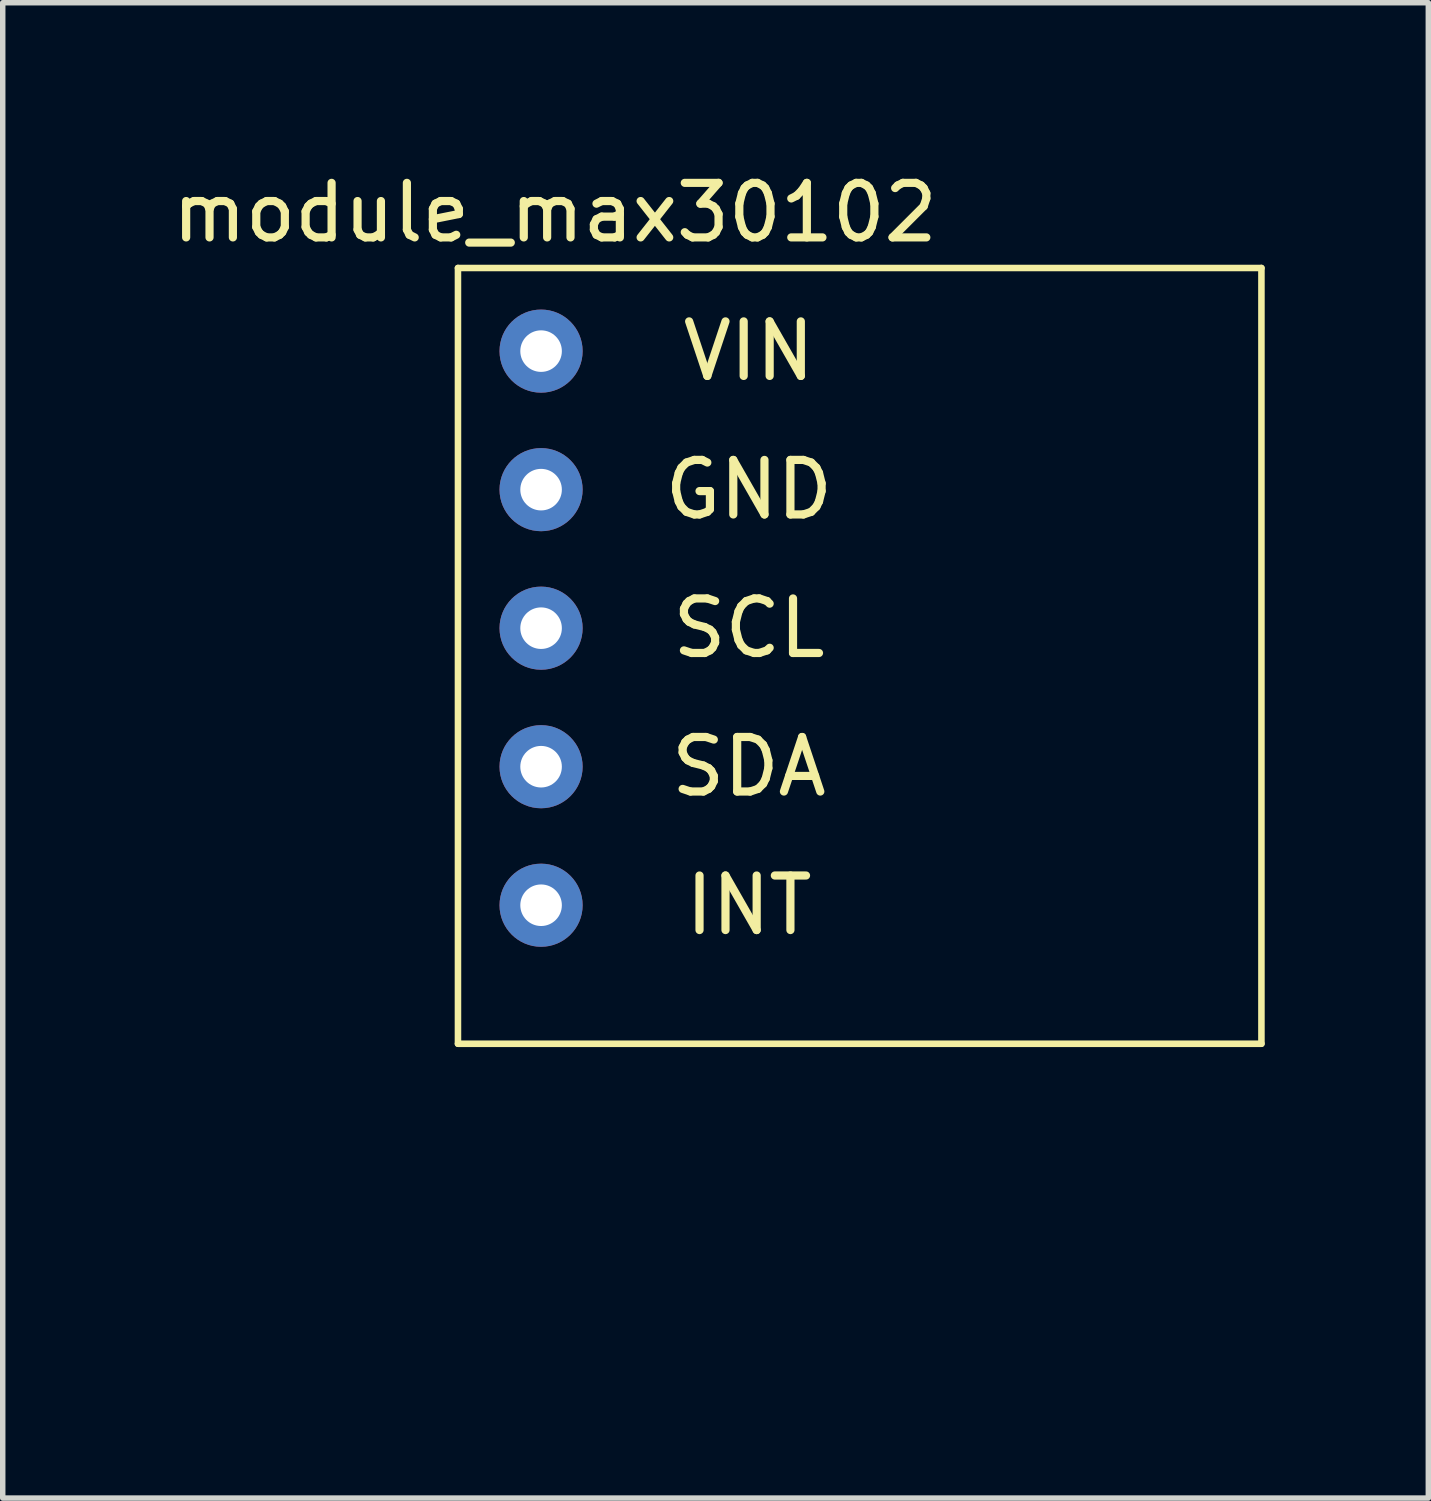
<source format=kicad_pcb>
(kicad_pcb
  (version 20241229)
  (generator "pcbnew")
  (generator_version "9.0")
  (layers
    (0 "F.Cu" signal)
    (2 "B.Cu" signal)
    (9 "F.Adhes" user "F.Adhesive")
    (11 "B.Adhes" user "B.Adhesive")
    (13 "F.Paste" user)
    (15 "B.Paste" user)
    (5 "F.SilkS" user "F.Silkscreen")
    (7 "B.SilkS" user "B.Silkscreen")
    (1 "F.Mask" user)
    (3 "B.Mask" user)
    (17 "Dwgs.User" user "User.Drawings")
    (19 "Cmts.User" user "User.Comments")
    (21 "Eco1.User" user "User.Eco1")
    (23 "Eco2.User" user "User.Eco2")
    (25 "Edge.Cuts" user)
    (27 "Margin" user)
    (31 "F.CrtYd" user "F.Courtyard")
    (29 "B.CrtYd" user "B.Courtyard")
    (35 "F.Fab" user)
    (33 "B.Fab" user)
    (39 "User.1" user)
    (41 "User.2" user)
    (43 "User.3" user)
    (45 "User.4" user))
  (footprint "module_max30102"
    (layer "F.Cu")
    (at 4.331 21.168)
    (property "Reference" "module_max30102" (at 2.794 -20.32 0) (layer "F.SilkS") (effects (font (size 1 1) (thickness 0.15))))
    (attr through_hole)
    (fp_line (start 1.016 -19.304) (end 15.748 -19.304) (stroke (width 0.12) (type solid)) (layer "F.SilkS"))
    (fp_line (start 1.016 -5.08) (end 1.016 -19.304) (stroke (width 0.12) (type solid)) (layer "F.SilkS"))
    (fp_line (start 15.748 -19.304) (end 15.748 -5.08) (stroke (width 0.12) (type solid)) (layer "F.SilkS"))
    (fp_line (start 15.748 -5.08) (end 1.016 -5.08) (stroke (width 0.12) (type solid)) (layer "F.SilkS"))
    (fp_text user "SCL" (at 6.35 -12.7 0) (layer "F.SilkS") (effects (font (size 1 1) (thickness 0.15))))
    (fp_text user "GND" (at 6.35 -15.24 0) (layer "F.SilkS") (effects (font (size 1 1) (thickness 0.15))))
    (fp_text user "VIN" (at 6.35 -17.78 0) (layer "F.SilkS") (effects (font (size 1 1) (thickness 0.15))))
    (fp_text user "SDA" (at 6.35 -10.16 0) (layer "F.SilkS") (effects (font (size 1 1) (thickness 0.15))))
    (fp_text user "INT" (at 6.35 -7.62 0) (layer "F.SilkS") (effects (font (size 1 1) (thickness 0.15))))
    (pad "1" thru_hole circle (at 2.54 -17.78) (size 1.524 1.524) (drill 0.762) (layers "*.Cu" "*.Mask"))
    (pad "2" thru_hole circle (at 2.54 -15.24) (size 1.524 1.524) (drill 0.762) (layers "*.Cu" "*.Mask"))
    (pad "3" thru_hole circle (at 2.54 -12.7) (size 1.524 1.524) (drill 0.762) (layers "*.Cu" "*.Mask"))
    (pad "4" thru_hole circle (at 2.54 -10.16) (size 1.524 1.524) (drill 0.762) (layers "*.Cu" "*.Mask"))
    (pad "5" thru_hole circle (at 2.54 -7.62) (size 1.524 1.524) (drill 0.762) (layers "*.Cu" "*.Mask")))
  (gr_rect
    (start -3 -3)
    (end 23.139 24.418)
    (stroke (width 0.1) (type default))
    (fill no)
    (layer "Edge.Cuts")))
</source>
